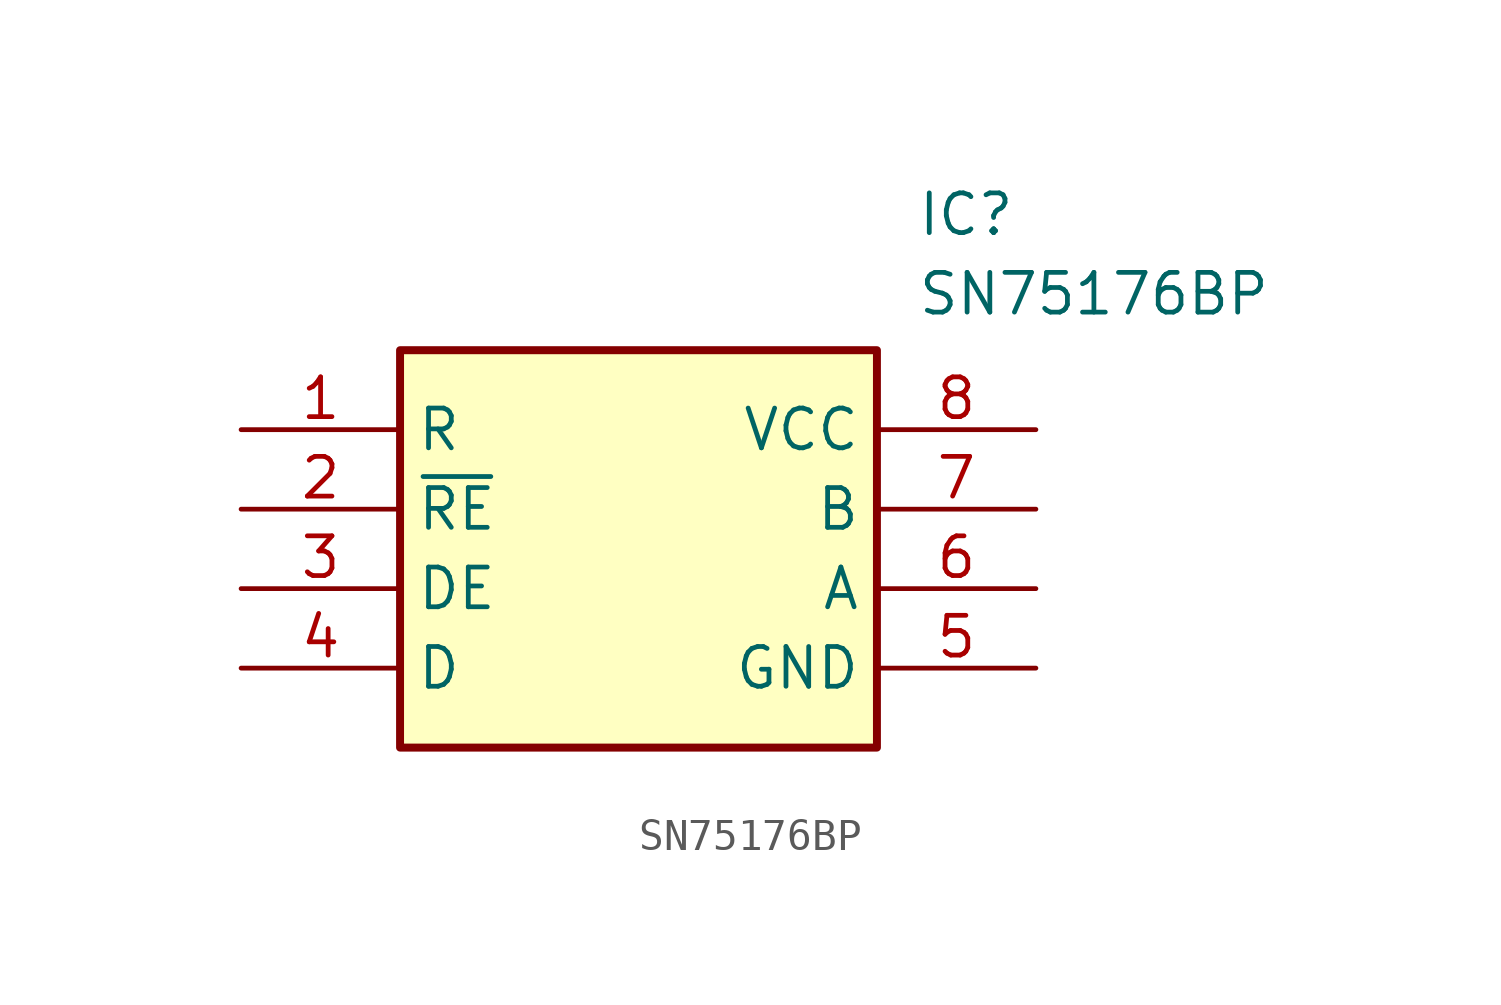
<source format=kicad_sym>
(kicad_symbol_lib
  (version 20211014)
  (generator SamacSys_ECAD_Model)
  (symbol "SN75176BP"
    (property "Reference" "IC"
      (at 21.59 7.62 0)
      (effects (font (size 1.27 1.27)) (justify left top)))
    (property "Value" "SN75176BP"
      (at 21.59 5.08 0)
      (effects (font (size 1.27 1.27)) (justify left top)))
    (rectangle
      (start 5.08 2.54)
      (end 20.32 -10.16)
      (stroke (width 0.254) (type default))
      (fill (type background)))
    (pin passive line
      (at 0 0 0)
      (length 5.08)
      (name "R" (effects (font (size 1.27 1.27))))
      (number "1" (effects (font (size 1.27 1.27)))))
    (pin passive line
      (at 0 -2.54 0)
      (length 5.08)
      (name "~{RE}" (effects (font (size 1.27 1.27))))
      (number "2" (effects (font (size 1.27 1.27)))))
    (pin passive line
      (at 0 -5.08 0)
      (length 5.08)
      (name "DE" (effects (font (size 1.27 1.27))))
      (number "3" (effects (font (size 1.27 1.27)))))
    (pin passive line
      (at 0 -7.62 0)
      (length 5.08)
      (name "D" (effects (font (size 1.27 1.27))))
      (number "4" (effects (font (size 1.27 1.27)))))
    (pin passive line
      (at 25.4 0 180)
      (length 5.08)
      (name "VCC" (effects (font (size 1.27 1.27))))
      (number "8" (effects (font (size 1.27 1.27)))))
    (pin passive line
      (at 25.4 -2.54 180)
      (length 5.08)
      (name "B" (effects (font (size 1.27 1.27))))
      (number "7" (effects (font (size 1.27 1.27)))))
    (pin passive line
      (at 25.4 -5.08 180)
      (length 5.08)
      (name "A" (effects (font (size 1.27 1.27))))
      (number "6" (effects (font (size 1.27 1.27)))))
    (pin passive line
      (at 25.4 -7.62 180)
      (length 5.08)
      (name "GND" (effects (font (size 1.27 1.27))))
      (number "5" (effects (font (size 1.27 1.27)))))))
</source>
